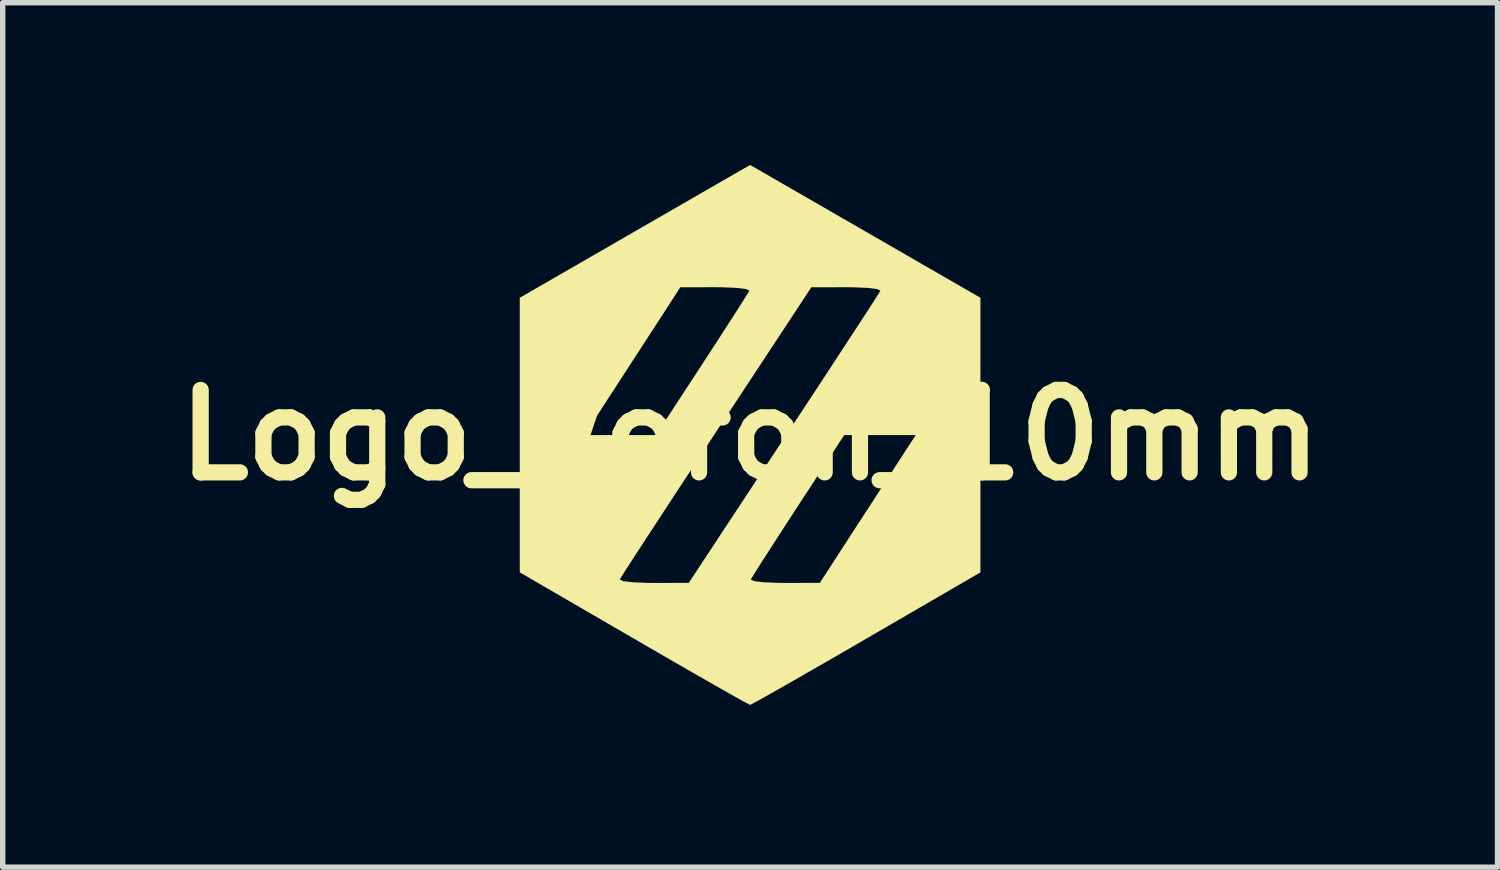
<source format=kicad_pcb>
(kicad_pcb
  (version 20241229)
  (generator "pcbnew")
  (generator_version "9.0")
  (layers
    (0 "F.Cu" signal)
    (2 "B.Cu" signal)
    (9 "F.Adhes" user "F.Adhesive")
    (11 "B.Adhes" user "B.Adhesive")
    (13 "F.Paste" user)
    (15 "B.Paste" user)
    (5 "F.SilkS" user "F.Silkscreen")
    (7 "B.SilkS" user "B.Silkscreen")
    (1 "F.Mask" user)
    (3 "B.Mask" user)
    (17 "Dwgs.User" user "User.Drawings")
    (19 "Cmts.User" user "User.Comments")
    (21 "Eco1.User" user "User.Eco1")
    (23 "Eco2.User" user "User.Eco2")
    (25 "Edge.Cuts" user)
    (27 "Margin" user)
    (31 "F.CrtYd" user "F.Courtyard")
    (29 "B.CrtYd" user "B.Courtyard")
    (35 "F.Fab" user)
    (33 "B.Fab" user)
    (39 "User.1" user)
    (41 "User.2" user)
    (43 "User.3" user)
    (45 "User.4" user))
  (footprint "Logo_Voron_10mm"
    (layer "F.Cu")
    (at 10.82 4.995)
    (property "Reference" "Logo_Voron_10mm" (at 0 0 0) (layer "F.SilkS") (effects (font (size 1.524 1.524) (thickness 0.3))))
    (attr board_only exclude_from_pos_files exclude_from_bom)
    (fp_poly (pts (xy 2.13 -3.767) (xy 4.259 -2.539) (xy 4.259 2.539) (xy 2.149 3.764) (xy 1.629 4.066) (xy 1.152 4.34) (xy 0.737 4.578) (xy 0.398 4.771) (xy 0.154 4.908) (xy 0.02 4.98) (xy 0 4.989) (xy -0.075 4.951) (xy -0.268 4.844) (xy -0.563 4.677) (xy -0.943 4.46) (xy -1.392 4.202) (xy -1.894 3.912) (xy -2.149 3.764) (xy -4.033 2.67) (xy -2.41 2.67) (xy -2.35 2.7) (xy -2.168 2.722) (xy -1.899 2.733) (xy -1.785 2.734) (xy -1.133 2.733) (xy -1.093 2.671) (xy 0.013 2.671) (xy 0.073 2.7) (xy 0.254 2.722) (xy 0.523 2.733) (xy 0.638 2.734) (xy 1.29 2.733) (xy 2.032 1.588) (xy 2.286 1.197) (xy 2.52 0.836) (xy 2.717 0.533) (xy 2.859 0.314) (xy 2.919 0.221) (xy 3.063 0) (xy 1.741 0) (xy 0.89 1.304) (xy 0.628 1.706) (xy 0.397 2.064) (xy 0.208 2.357) (xy 0.077 2.565) (xy 0.015 2.666) (xy 0.013 2.671) (xy -1.093 2.671) (xy 0.625 0.064) (xy 1.006 -0.515) (xy 1.36 -1.053) (xy 1.677 -1.538) (xy 1.949 -1.954) (xy 2.167 -2.288) (xy 2.32 -2.526) (xy 2.4 -2.653) (xy 2.41 -2.67) (xy 2.35 -2.7) (xy 2.168 -2.722) (xy 1.899 -2.733) (xy 1.785 -2.734) (xy 1.133 -2.733) (xy -0.625 -0.064) (xy -1.006 0.515) (xy -1.36 1.053) (xy -1.677 1.538) (xy -1.949 1.954) (xy -2.167 2.288) (xy -2.32 2.526) (xy -2.4 2.653) (xy -2.41 2.67) (xy -4.033 2.67) (xy -4.259 2.539) (xy -4.259 0) (xy -3.063 0) (xy -1.741 0) (xy -0.89 -1.304) (xy -0.628 -1.706) (xy -0.397 -2.064) (xy -0.208 -2.357) (xy -0.077 -2.565) (xy -0.015 -2.666) (xy -0.013 -2.671) (xy -0.073 -2.7) (xy -0.254 -2.722) (xy -0.523 -2.733) (xy -0.638 -2.734) (xy -1.29 -2.733) (xy -2.032 -1.588) (xy -2.286 -1.197) (xy -2.52 -0.836) (xy -2.717 -0.533) (xy -2.859 -0.314) (xy -2.919 -0.221) (xy -3.063 0) (xy -4.259 0) (xy -4.259 -2.539) (xy -2.13 -3.767) (xy 0 -4.995)) (stroke (width 0) (type solid)) (fill yes) (layer "F.SilkS")))
  (gr_rect
    (start -3 -3)
    (end 24.641 12.985)
    (stroke (width 0.1) (type default))
    (fill no)
    (layer "Edge.Cuts")))
</source>
